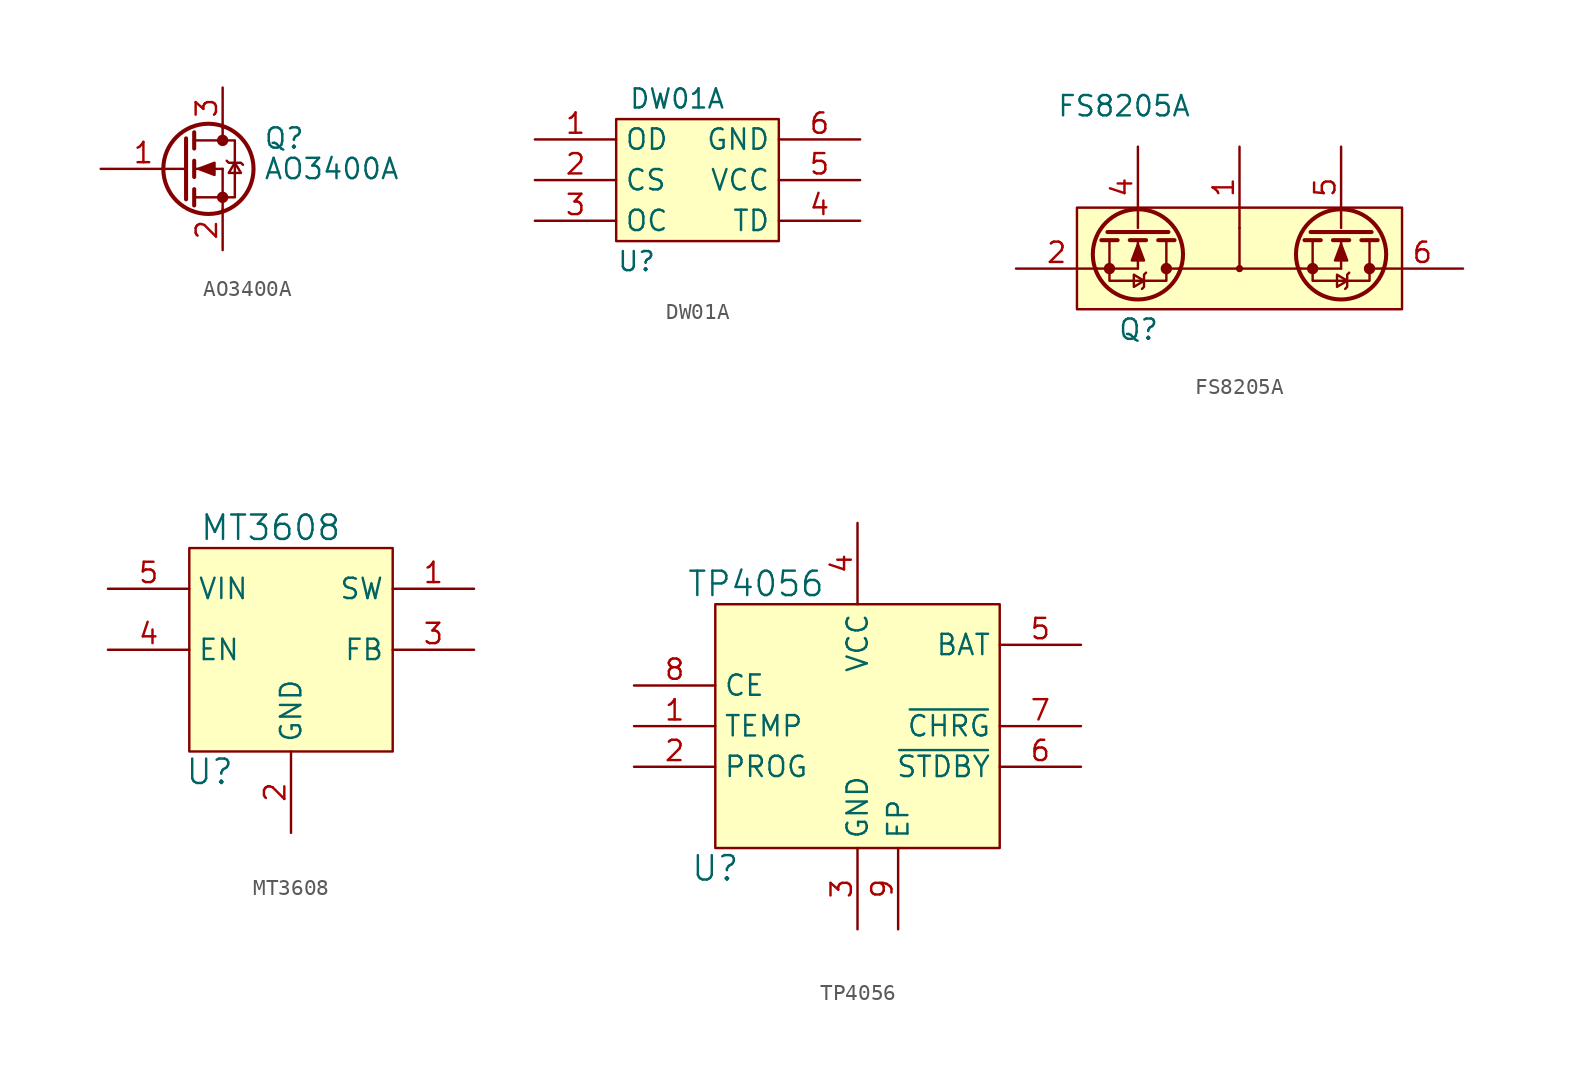
<source format=kicad_sym>
(kicad_symbol_lib
  (version 20211014)
  (generator kicad_symbol_editor)
  (symbol "AO3400A"
    (pin_names
      (offset 0) hide)
    (property "Reference" "Q"
      (at 5.08 1.905 0)
      (effects (font (size 1.27 1.27)) (justify left)))
    (property "Value" "AO3400A"
      (at 5.08 0 0)
      (effects (font (size 1.27 1.27)) (justify left)))
    (symbol "AO3400A_0_1"
      (polyline (pts (xy 0.762 -1.778) (xy 2.54 -1.778)) (stroke (width 0) (type default) (color 0 0 0 0)) (fill (type none)))
      (polyline (pts (xy 0.762 -1.27) (xy 0.762 -2.286)) (stroke (width 0.254) (type default) (color 0 0 0 0)) (fill (type none)))
      (polyline (pts (xy 0.762 0) (xy 2.54 0)) (stroke (width 0) (type default) (color 0 0 0 0)) (fill (type none)))
      (polyline (pts (xy 0.762 0.508) (xy 0.762 -0.508)) (stroke (width 0.254) (type default) (color 0 0 0 0)) (fill (type none)))
      (polyline (pts (xy 0.762 1.778) (xy 2.54 1.778)) (stroke (width 0) (type default) (color 0 0 0 0)) (fill (type none)))
      (polyline (pts (xy 0.762 2.286) (xy 0.762 1.27)) (stroke (width 0.254) (type default) (color 0 0 0 0)) (fill (type none)))
      (polyline (pts (xy 2.54 -1.778) (xy 2.54 -2.54)) (stroke (width 0) (type default) (color 0 0 0 0)) (fill (type none)))
      (polyline (pts (xy 2.54 -1.778) (xy 2.54 0)) (stroke (width 0) (type default) (color 0 0 0 0)) (fill (type none)))
      (polyline (pts (xy 2.54 2.54) (xy 2.54 1.778)) (stroke (width 0) (type default) (color 0 0 0 0)) (fill (type none)))
      (polyline (pts (xy 0.254 1.905) (xy 0.254 -1.905) (xy 0.254 -1.905)) (stroke (width 0.254) (type default) (color 0 0 0 0)) (fill (type none)))
      (polyline (pts (xy 1.016 0) (xy 2.032 0.381) (xy 2.032 -0.381) (xy 1.016 0)) (stroke (width 0) (type default) (color 0 0 0 0)) (fill (type outline)))
      (polyline (pts (xy 2.54 -1.778) (xy 3.302 -1.778) (xy 3.302 1.778) (xy 2.54 1.778)) (stroke (width 0) (type default) (color 0 0 0 0)) (fill (type none)))
      (polyline (pts (xy 2.794 0.508) (xy 2.921 0.381) (xy 3.683 0.381) (xy 3.81 0.254)) (stroke (width 0) (type default) (color 0 0 0 0)) (fill (type none)))
      (polyline (pts (xy 3.302 0.381) (xy 2.921 -0.254) (xy 3.683 -0.254) (xy 3.302 0.381)) (stroke (width 0) (type default) (color 0 0 0 0)) (fill (type none)))
      (circle (center 1.651 0) (radius 2.819) (stroke (width 0.254) (type default) (color 0 0 0 0)) (fill (type none)))
      (circle (center 2.54 -1.778) (radius 0.279) (stroke (width 0) (type default) (color 0 0 0 0)) (fill (type outline)))
      (circle (center 2.54 1.778) (radius 0.279) (stroke (width 0) (type default) (color 0 0 0 0)) (fill (type outline))))
    (symbol "AO3400A_1_1"
      (pin input line (at -5.08 0 0) (length 5.334) (name "G" (effects (font (size 1.27 1.27)))) (number "1" (effects (font (size 1.27 1.27)))))
      (pin passive line (at 2.54 -5.08 90) (length 2.54) (name "S" (effects (font (size 1.27 1.27)))) (number "2" (effects (font (size 1.27 1.27)))))
      (pin passive line (at 2.54 5.08 270) (length 2.54) (name "D" (effects (font (size 1.27 1.27)))) (number "3" (effects (font (size 1.27 1.27)))))))
  (symbol "DW01A"
    (property "Reference" "U"
      (at -3.81 -5.08 0)
      (effects (font (size 1.194 1.194))))
    (property "Value" "DW01A"
      (at -1.27 5.08 0)
      (effects (font (size 1.194 1.194))))
    (symbol "DW01A_0_1"
      (rectangle (start -5.08 3.81) (end 5.08 -3.81) (stroke (width 0) (type default) (color 0 0 0 0)) (fill (type background))))
    (symbol "DW01A_1_1"
      (pin input line (at -10.16 2.54 0) (length 5.08) (name "OD" (effects (font (size 1.27 1.27)))) (number "1" (effects (font (size 1.27 1.27)))))
      (pin input line (at -10.16 0 0) (length 5.08) (name "CS" (effects (font (size 1.27 1.27)))) (number "2" (effects (font (size 1.27 1.27)))))
      (pin input line (at -10.16 -2.54 0) (length 5.08) (name "OC" (effects (font (size 1.27 1.27)))) (number "3" (effects (font (size 1.27 1.27)))))
      (pin input line (at 10.16 -2.54 180) (length 5.08) (name "TD" (effects (font (size 1.27 1.27)))) (number "4" (effects (font (size 1.27 1.27)))))
      (pin input line (at 10.16 0 180) (length 5.08) (name "VCC" (effects (font (size 1.27 1.27)))) (number "5" (effects (font (size 1.27 1.27)))))
      (pin input line (at 10.16 2.54 180) (length 5.08) (name "GND" (effects (font (size 1.27 1.27)))) (number "6" (effects (font (size 1.27 1.27)))))))
  (symbol "FS8205A"
    (pin_names
      (offset 0) hide)
    (property "Reference" "Q"
      (at -7.62 -3.81 0)
      (effects (font (size 1.27 1.27)) (justify left)))
    (property "Value" "FS8205A"
      (at -11.43 10.16 0)
      (effects (font (size 1.27 1.27)) (justify left)))
    (symbol "FS8205A_0_1"
      (circle (center -8.128 0) (radius 0.279) (stroke (width 0) (type default) (color 0 0 0 0)) (fill (type outline)))
      (circle (center -6.35 0.889) (radius 2.819) (stroke (width 0.254) (type default) (color 0 0 0 0)) (fill (type none)))
      (circle (center -4.572 0) (radius 0.279) (stroke (width 0) (type default) (color 0 0 0 0)) (fill (type outline)))
      (polyline (pts (xy -8.128 0) (xy -8.89 0)) (stroke (width 0) (type default) (color 0 0 0 0)) (fill (type none)))
      (polyline (pts (xy -8.128 0) (xy -6.35 0)) (stroke (width 0) (type default) (color 0 0 0 0)) (fill (type none)))
      (polyline (pts (xy -8.128 1.778) (xy -8.128 0)) (stroke (width 0) (type default) (color 0 0 0 0)) (fill (type none)))
      (polyline (pts (xy -7.62 1.778) (xy -8.636 1.778)) (stroke (width 0.254) (type default) (color 0 0 0 0)) (fill (type none)))
      (polyline (pts (xy -6.35 1.778) (xy -6.35 0)) (stroke (width 0) (type default) (color 0 0 0 0)) (fill (type none)))
      (polyline (pts (xy -5.842 1.778) (xy -6.858 1.778)) (stroke (width 0.254) (type default) (color 0 0 0 0)) (fill (type none)))
      (polyline (pts (xy -4.572 1.778) (xy -4.572 0)) (stroke (width 0) (type default) (color 0 0 0 0)) (fill (type none)))
      (polyline (pts (xy -4.064 1.778) (xy -5.08 1.778)) (stroke (width 0.254) (type default) (color 0 0 0 0)) (fill (type none)))
      (polyline (pts (xy -3.81 0) (xy -4.572 0)) (stroke (width 0) (type default) (color 0 0 0 0)) (fill (type none)))
      (polyline (pts (xy 0 2.54) (xy 0 0)) (stroke (width 0) (type default) (color 0 0 0 0)) (fill (type none)))
      (polyline (pts (xy 3.81 0) (xy -3.81 0)) (stroke (width 0) (type default) (color 0 0 0 0)) (fill (type none)))
      (polyline (pts (xy 4.572 0) (xy 3.81 0)) (stroke (width 0) (type default) (color 0 0 0 0)) (fill (type none)))
      (polyline (pts (xy 4.572 0) (xy 6.35 0)) (stroke (width 0) (type default) (color 0 0 0 0)) (fill (type none)))
      (polyline (pts (xy 4.572 1.778) (xy 4.572 0)) (stroke (width 0) (type default) (color 0 0 0 0)) (fill (type none)))
      (polyline (pts (xy 5.08 1.778) (xy 4.064 1.778)) (stroke (width 0.254) (type default) (color 0 0 0 0)) (fill (type none)))
      (polyline (pts (xy 6.35 1.778) (xy 6.35 0)) (stroke (width 0) (type default) (color 0 0 0 0)) (fill (type none)))
      (polyline (pts (xy 6.858 1.778) (xy 5.842 1.778)) (stroke (width 0.254) (type default) (color 0 0 0 0)) (fill (type none)))
      (polyline (pts (xy 8.128 1.778) (xy 8.128 0)) (stroke (width 0) (type default) (color 0 0 0 0)) (fill (type none)))
      (polyline (pts (xy 8.636 1.778) (xy 7.62 1.778)) (stroke (width 0.254) (type default) (color 0 0 0 0)) (fill (type none)))
      (polyline (pts (xy 8.89 0) (xy 8.128 0)) (stroke (width 0) (type default) (color 0 0 0 0)) (fill (type none)))
      (polyline (pts (xy -4.445 2.286) (xy -8.255 2.286) (xy -8.255 2.286)) (stroke (width 0.254) (type default) (color 0 0 0 0)) (fill (type none)))
      (polyline (pts (xy 8.255 2.286) (xy 4.445 2.286) (xy 4.445 2.286)) (stroke (width 0.254) (type default) (color 0 0 0 0)) (fill (type none)))
      (polyline (pts (xy -8.128 0) (xy -8.128 -0.762) (xy -4.572 -0.762) (xy -4.572 0)) (stroke (width 0) (type default) (color 0 0 0 0)) (fill (type none)))
      (polyline (pts (xy -6.35 1.524) (xy -5.969 0.508) (xy -6.731 0.508) (xy -6.35 1.524)) (stroke (width 0) (type default) (color 0 0 0 0)) (fill (type outline)))
      (polyline (pts (xy -5.969 -0.762) (xy -6.604 -0.381) (xy -6.604 -1.143) (xy -5.969 -0.762)) (stroke (width 0) (type default) (color 0 0 0 0)) (fill (type none)))
      (polyline (pts (xy -5.842 -0.254) (xy -5.969 -0.381) (xy -5.969 -1.143) (xy -6.096 -1.27)) (stroke (width 0) (type default) (color 0 0 0 0)) (fill (type none)))
      (polyline (pts (xy 4.572 0) (xy 4.572 -0.762) (xy 8.128 -0.762) (xy 8.128 0)) (stroke (width 0) (type default) (color 0 0 0 0)) (fill (type none)))
      (polyline (pts (xy 6.35 1.524) (xy 6.731 0.508) (xy 5.969 0.508) (xy 6.35 1.524)) (stroke (width 0) (type default) (color 0 0 0 0)) (fill (type outline)))
      (polyline (pts (xy 6.731 -0.762) (xy 6.096 -0.381) (xy 6.096 -1.143) (xy 6.731 -0.762)) (stroke (width 0) (type default) (color 0 0 0 0)) (fill (type none)))
      (polyline (pts (xy 6.858 -0.254) (xy 6.731 -0.381) (xy 6.731 -1.143) (xy 6.604 -1.27)) (stroke (width 0) (type default) (color 0 0 0 0)) (fill (type none)))
      (circle (center 0 0) (radius 0.152) (stroke (width 0) (type default) (color 0 0 0 0)) (fill (type none)))
      (circle (center 4.572 0) (radius 0.279) (stroke (width 0) (type default) (color 0 0 0 0)) (fill (type outline)))
      (circle (center 6.35 0.889) (radius 2.819) (stroke (width 0.254) (type default) (color 0 0 0 0)) (fill (type none)))
      (circle (center 8.128 0) (radius 0.279) (stroke (width 0) (type default) (color 0 0 0 0)) (fill (type outline)))
      (rectangle (start 10.16 -2.54) (end -10.16 3.81) (stroke (width 0) (type default) (color 0 0 0 0)) (fill (type background))))
    (symbol "FS8205A_1_1"
      (pin input line (at 0 7.62 270) (length 5.08) (name "D12" (effects (font (size 1.27 1.27)))) (number "1" (effects (font (size 1.27 1.27)))))
      (pin input line (at -13.97 0 0) (length 5.08) (name "S1" (effects (font (size 1.27 1.27)))) (number "2" (effects (font (size 1.27 1.27)))))
      (pin input line (at -13.97 -2.54 0) (length 5.08) hide (name "S1" (effects (font (size 1.27 1.27)))) (number "3" (effects (font (size 1.27 1.27)))))
      (pin input line (at -6.35 7.62 270) (length 5.08) (name "G1" (effects (font (size 1.27 1.27)))) (number "4" (effects (font (size 1.27 1.27)))))
      (pin input line (at 6.35 7.62 270) (length 5.08) (name "G2" (effects (font (size 1.27 1.27)))) (number "5" (effects (font (size 1.27 1.27)))))
      (pin input line (at 13.97 0 180) (length 5.08) (name "S2" (effects (font (size 1.27 1.27)))) (number "6" (effects (font (size 1.27 1.27)))))
      (pin input line (at 13.97 -2.54 180) (length 5.08) hide (name "S2" (effects (font (size 1.27 1.27)))) (number "7" (effects (font (size 1.27 1.27)))))
      (pin input line (at 1.27 5.08 270) (length 5.08) hide (name "D12" (effects (font (size 1.27 1.27)))) (number "8" (effects (font (size 1.27 1.27)))))))
  (symbol "MT3608"
    (property "Reference" "U"
      (at -3.81 -7.62 0)
      (effects (font (size 1.524 1.524))))
    (property "Value" "MT3608"
      (at 0 7.62 0)
      (effects (font (size 1.524 1.524))))
    (symbol "MT3608_0_1"
      (rectangle (start -5.08 6.35) (end 7.62 -6.35) (stroke (width 0) (type default) (color 0 0 0 0)) (fill (type background))))
    (symbol "MT3608_1_1"
      (pin input line (at 12.7 3.81 180) (length 5.08) (name "SW" (effects (font (size 1.27 1.27)))) (number "1" (effects (font (size 1.27 1.27)))))
      (pin input line (at 1.27 -11.43 90) (length 5.08) (name "GND" (effects (font (size 1.27 1.27)))) (number "2" (effects (font (size 1.27 1.27)))))
      (pin input line (at 12.7 0 180) (length 5.08) (name "FB" (effects (font (size 1.27 1.27)))) (number "3" (effects (font (size 1.27 1.27)))))
      (pin input line (at -10.16 0 0) (length 5.08) (name "EN" (effects (font (size 1.27 1.27)))) (number "4" (effects (font (size 1.27 1.27)))))
      (pin input line (at -10.16 3.81 0) (length 5.08) (name "VIN" (effects (font (size 1.27 1.27)))) (number "5" (effects (font (size 1.27 1.27)))))
      (pin no_connect line (at 6.35 -11.43 90) (length 5.08) hide (name "NC" (effects (font (size 1.27 1.27)))) (number "6" (effects (font (size 1.27 1.27)))))))
  (symbol "TP4056"
    (property "Reference" "U"
      (at -8.89 -8.89 0)
      (effects (font (size 1.524 1.524))))
    (property "Value" "TP4056"
      (at -6.35 8.89 0)
      (effects (font (size 1.524 1.524))))
    (symbol "TP4056_0_0"
      (pin input line (at 2.54 -12.7 90) (length 5.08) (name "EP" (effects (font (size 1.27 1.27)))) (number "9" (effects (font (size 1.27 1.27))))))
    (symbol "TP4056_0_1"
      (rectangle (start -8.89 7.62) (end 8.89 -7.62) (stroke (width 0) (type default) (color 0 0 0 0)) (fill (type background))))
    (symbol "TP4056_1_1"
      (pin input line (at -13.97 0 0) (length 5.08) (name "TEMP" (effects (font (size 1.27 1.27)))) (number "1" (effects (font (size 1.27 1.27)))))
      (pin input line (at -13.97 -2.54 0) (length 5.08) (name "PROG" (effects (font (size 1.27 1.27)))) (number "2" (effects (font (size 1.27 1.27)))))
      (pin input line (at 0 -12.7 90) (length 5.08) (name "GND" (effects (font (size 1.27 1.27)))) (number "3" (effects (font (size 1.27 1.27)))))
      (pin power_in line (at 0 12.7 270) (length 5.08) (name "VCC" (effects (font (size 1.27 1.27)))) (number "4" (effects (font (size 1.27 1.27)))))
      (pin power_out line (at 13.97 5.08 180) (length 5.08) (name "BAT" (effects (font (size 1.27 1.27)))) (number "5" (effects (font (size 1.27 1.27)))))
      (pin open_collector line (at 13.97 -2.54 180) (length 5.08) (name "~{STDBY}" (effects (font (size 1.27 1.27)))) (number "6" (effects (font (size 1.27 1.27)))))
      (pin open_collector line (at 13.97 0 180) (length 5.08) (name "~{CHRG}" (effects (font (size 1.27 1.27)))) (number "7" (effects (font (size 1.27 1.27)))))
      (pin input line (at -13.97 2.54 0) (length 5.08) (name "CE" (effects (font (size 1.27 1.27)))) (number "8" (effects (font (size 1.27 1.27))))))))
</source>
